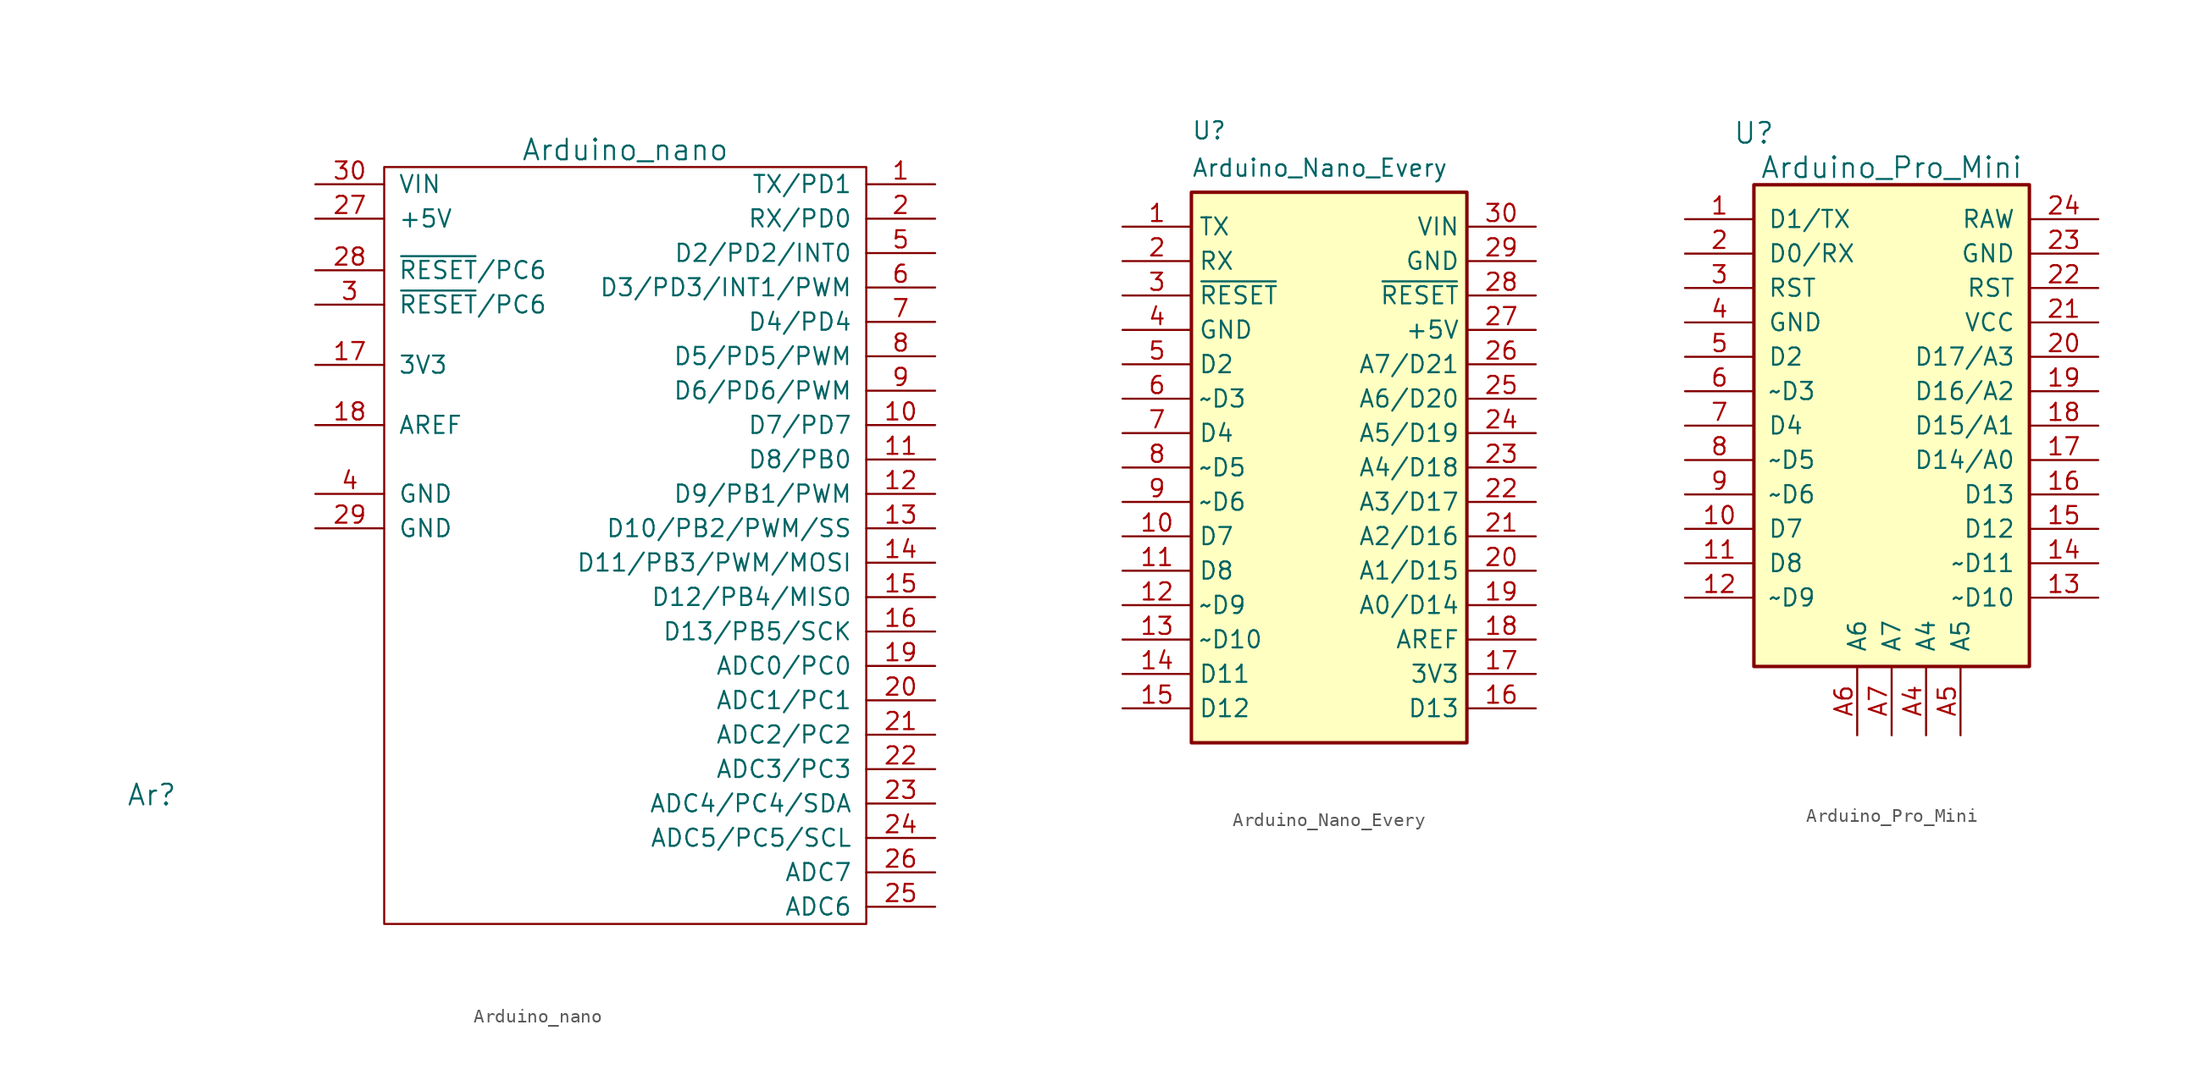
<source format=kicad_sym>
(kicad_symbol_lib
  (version 20231120)
  (generator "kicad_symbol_editor")
  (generator_version "8.0")
  (symbol "Arduino_nano"
    (pin_names
      (offset 1.016))
    (property "Reference" "Ar"
      (at -34.925 -26.035 0)
      (effects (font (size 1.524 1.524))))
    (property "Value" "Arduino_nano"
      (at 0 21.59 0)
      (effects (font (size 1.524 1.524))))
    (property "Footprint" ""
      (at 0 0 0)
      (effects (font (size 1.524 1.524))))
    (property "Datasheet" ""
      (at 0 0 0)
      (effects (font (size 1.524 1.524))))
    (symbol "Arduino_nano_0_1"
      (rectangle (start -17.78 20.32) (end 17.78 -35.56) (stroke (width 0) (type default)) (fill (type none))))
    (symbol "Arduino_nano_1_1"
      (pin tri_state line (at 22.86 19.05 180) (length 5.08) (name "TX/PD1" (effects (font (size 1.27 1.27)))) (number "1" (effects (font (size 1.27 1.27)))))
      (pin input line (at 22.86 1.27 180) (length 5.08) (name "D7/PD7" (effects (font (size 1.27 1.27)))) (number "10" (effects (font (size 1.27 1.27)))))
      (pin input line (at 22.86 -1.27 180) (length 5.08) (name "D8/PB0" (effects (font (size 1.27 1.27)))) (number "11" (effects (font (size 1.27 1.27)))))
      (pin input line (at 22.86 -3.81 180) (length 5.08) (name "D9/PB1/PWM" (effects (font (size 1.27 1.27)))) (number "12" (effects (font (size 1.27 1.27)))))
      (pin input line (at 22.86 -6.35 180) (length 5.08) (name "D10/PB2/PWM/SS" (effects (font (size 1.27 1.27)))) (number "13" (effects (font (size 1.27 1.27)))))
      (pin input line (at 22.86 -8.89 180) (length 5.08) (name "D11/PB3/PWM/MOSI" (effects (font (size 1.27 1.27)))) (number "14" (effects (font (size 1.27 1.27)))))
      (pin input line (at 22.86 -11.43 180) (length 5.08) (name "D12/PB4/MISO" (effects (font (size 1.27 1.27)))) (number "15" (effects (font (size 1.27 1.27)))))
      (pin input line (at 22.86 -13.97 180) (length 5.08) (name "D13/PB5/SCK" (effects (font (size 1.27 1.27)))) (number "16" (effects (font (size 1.27 1.27)))))
      (pin power_out line (at -22.86 5.715 0) (length 5.08) (name "3V3" (effects (font (size 1.27 1.27)))) (number "17" (effects (font (size 1.27 1.27)))))
      (pin input line (at -22.86 1.27 0) (length 5.08) (name "AREF" (effects (font (size 1.27 1.27)))) (number "18" (effects (font (size 1.27 1.27)))))
      (pin tri_state line (at 22.86 -16.51 180) (length 5.08) (name "ADC0/PC0" (effects (font (size 1.27 1.27)))) (number "19" (effects (font (size 1.27 1.27)))))
      (pin tri_state line (at 22.86 16.51 180) (length 5.08) (name "RX/PD0" (effects (font (size 1.27 1.27)))) (number "2" (effects (font (size 1.27 1.27)))))
      (pin input line (at 22.86 -19.05 180) (length 5.08) (name "ADC1/PC1" (effects (font (size 1.27 1.27)))) (number "20" (effects (font (size 1.27 1.27)))))
      (pin input line (at 22.86 -21.59 180) (length 5.08) (name "ADC2/PC2" (effects (font (size 1.27 1.27)))) (number "21" (effects (font (size 1.27 1.27)))))
      (pin input line (at 22.86 -24.13 180) (length 5.08) (name "ADC3/PC3" (effects (font (size 1.27 1.27)))) (number "22" (effects (font (size 1.27 1.27)))))
      (pin input line (at 22.86 -26.67 180) (length 5.08) (name "ADC4/PC4/SDA" (effects (font (size 1.27 1.27)))) (number "23" (effects (font (size 1.27 1.27)))))
      (pin input line (at 22.86 -29.21 180) (length 5.08) (name "ADC5/PC5/SCL" (effects (font (size 1.27 1.27)))) (number "24" (effects (font (size 1.27 1.27)))))
      (pin input line (at 22.86 -34.29 180) (length 5.08) (name "ADC6" (effects (font (size 1.27 1.27)))) (number "25" (effects (font (size 1.27 1.27)))))
      (pin input line (at 22.86 -31.75 180) (length 5.08) (name "ADC7" (effects (font (size 1.27 1.27)))) (number "26" (effects (font (size 1.27 1.27)))))
      (pin input line (at -22.86 16.51 0) (length 5.08) (name "+5V" (effects (font (size 1.27 1.27)))) (number "27" (effects (font (size 1.27 1.27)))))
      (pin input line (at -22.86 12.7 0) (length 5.08) (name "~{RESET}/PC6" (effects (font (size 1.27 1.27)))) (number "28" (effects (font (size 1.27 1.27)))))
      (pin input line (at -22.86 -6.35 0) (length 5.08) (name "GND" (effects (font (size 1.27 1.27)))) (number "29" (effects (font (size 1.27 1.27)))))
      (pin tri_state line (at -22.86 10.16 0) (length 5.08) (name "~{RESET}/PC6" (effects (font (size 1.27 1.27)))) (number "3" (effects (font (size 1.27 1.27)))))
      (pin input line (at -22.86 19.05 0) (length 5.08) (name "VIN" (effects (font (size 1.27 1.27)))) (number "30" (effects (font (size 1.27 1.27)))))
      (pin power_in line (at -22.86 -3.81 0) (length 5.08) (name "GND" (effects (font (size 1.27 1.27)))) (number "4" (effects (font (size 1.27 1.27)))))
      (pin tri_state line (at 22.86 13.97 180) (length 5.08) (name "D2/PD2/INT0" (effects (font (size 1.27 1.27)))) (number "5" (effects (font (size 1.27 1.27)))))
      (pin input line (at 22.86 11.43 180) (length 5.08) (name "D3/PD3/INT1/PWM" (effects (font (size 1.27 1.27)))) (number "6" (effects (font (size 1.27 1.27)))))
      (pin input line (at 22.86 8.89 180) (length 5.08) (name "D4/PD4" (effects (font (size 1.27 1.27)))) (number "7" (effects (font (size 1.27 1.27)))))
      (pin input line (at 22.86 6.35 180) (length 5.08) (name "D5/PD5/PWM" (effects (font (size 1.27 1.27)))) (number "8" (effects (font (size 1.27 1.27)))))
      (pin input line (at 22.86 3.81 180) (length 5.08) (name "D6/PD6/PWM" (effects (font (size 1.27 1.27)))) (number "9" (effects (font (size 1.27 1.27)))))))
  (symbol "Arduino_Nano_Every"
    (property "Reference" "U"
      (at -10.16 26.67 0)
      (effects (font (size 1.27 1.27)) (justify left bottom)))
    (property "Value" "Arduino_Nano_Every"
      (at -10.16 25.4 0)
      (effects (font (size 1.27 1.27)) (justify left top)))
    (symbol "Arduino_Nano_Every_0_1"
      (rectangle (start -10.16 22.86) (end 10.16 -17.78) (stroke (width 0.254) (type default)) (fill (type background))))
    (symbol "Arduino_Nano_Every_1_1"
      (pin bidirectional line (at -15.24 20.32 0) (length 5.08) (name "TX" (effects (font (size 1.27 1.27)))) (number "1" (effects (font (size 1.27 1.27)))))
      (pin bidirectional line (at -15.24 -2.54 0) (length 5.08) (name "D7" (effects (font (size 1.27 1.27)))) (number "10" (effects (font (size 1.27 1.27)))))
      (pin bidirectional line (at -15.24 -5.08 0) (length 5.08) (name "D8" (effects (font (size 1.27 1.27)))) (number "11" (effects (font (size 1.27 1.27)))))
      (pin bidirectional line (at -15.24 -7.62 0) (length 5.08) (name "~D9" (effects (font (size 1.27 1.27)))) (number "12" (effects (font (size 1.27 1.27)))))
      (pin bidirectional line (at -15.24 -10.16 0) (length 5.08) (name "~D10" (effects (font (size 1.27 1.27)))) (number "13" (effects (font (size 1.27 1.27)))))
      (pin bidirectional line (at -15.24 -12.7 0) (length 5.08) (name "D11" (effects (font (size 1.27 1.27)))) (number "14" (effects (font (size 1.27 1.27)))))
      (pin bidirectional line (at -15.24 -15.24 0) (length 5.08) (name "D12" (effects (font (size 1.27 1.27)))) (number "15" (effects (font (size 1.27 1.27)))))
      (pin bidirectional line (at 15.24 -15.24 180) (length 5.08) (name "D13" (effects (font (size 1.27 1.27)))) (number "16" (effects (font (size 1.27 1.27)))))
      (pin power_out line (at 15.24 -12.7 180) (length 5.08) (name "3V3" (effects (font (size 1.27 1.27)))) (number "17" (effects (font (size 1.27 1.27)))))
      (pin input line (at 15.24 -10.16 180) (length 5.08) (name "AREF" (effects (font (size 1.27 1.27)))) (number "18" (effects (font (size 1.27 1.27)))))
      (pin bidirectional line (at 15.24 -7.62 180) (length 5.08) (name "A0/D14" (effects (font (size 1.27 1.27)))) (number "19" (effects (font (size 1.27 1.27)))))
      (pin bidirectional line (at -15.24 17.78 0) (length 5.08) (name "RX" (effects (font (size 1.27 1.27)))) (number "2" (effects (font (size 1.27 1.27)))))
      (pin bidirectional line (at 15.24 -5.08 180) (length 5.08) (name "A1/D15" (effects (font (size 1.27 1.27)))) (number "20" (effects (font (size 1.27 1.27)))))
      (pin bidirectional line (at 15.24 -2.54 180) (length 5.08) (name "A2/D16" (effects (font (size 1.27 1.27)))) (number "21" (effects (font (size 1.27 1.27)))))
      (pin bidirectional line (at 15.24 0 180) (length 5.08) (name "A3/D17" (effects (font (size 1.27 1.27)))) (number "22" (effects (font (size 1.27 1.27)))))
      (pin bidirectional line (at 15.24 2.54 180) (length 5.08) (name "A4/D18" (effects (font (size 1.27 1.27)))) (number "23" (effects (font (size 1.27 1.27)))))
      (pin bidirectional line (at 15.24 5.08 180) (length 5.08) (name "A5/D19" (effects (font (size 1.27 1.27)))) (number "24" (effects (font (size 1.27 1.27)))))
      (pin bidirectional line (at 15.24 7.62 180) (length 5.08) (name "A6/D20" (effects (font (size 1.27 1.27)))) (number "25" (effects (font (size 1.27 1.27)))))
      (pin bidirectional line (at 15.24 10.16 180) (length 5.08) (name "A7/D21" (effects (font (size 1.27 1.27)))) (number "26" (effects (font (size 1.27 1.27)))))
      (pin power_out line (at 15.24 12.7 180) (length 5.08) (name "+5V" (effects (font (size 1.27 1.27)))) (number "27" (effects (font (size 1.27 1.27)))))
      (pin input line (at 15.24 15.24 180) (length 5.08) (name "~{RESET}" (effects (font (size 1.27 1.27)))) (number "28" (effects (font (size 1.27 1.27)))))
      (pin power_in line (at 15.24 17.78 180) (length 5.08) (name "GND" (effects (font (size 1.27 1.27)))) (number "29" (effects (font (size 1.27 1.27)))))
      (pin input line (at -15.24 15.24 0) (length 5.08) (name "~{RESET}" (effects (font (size 1.27 1.27)))) (number "3" (effects (font (size 1.27 1.27)))))
      (pin power_in line (at 15.24 20.32 180) (length 5.08) (name "VIN" (effects (font (size 1.27 1.27)))) (number "30" (effects (font (size 1.27 1.27)))))
      (pin power_in line (at -15.24 12.7 0) (length 5.08) (name "GND" (effects (font (size 1.27 1.27)))) (number "4" (effects (font (size 1.27 1.27)))))
      (pin bidirectional line (at -15.24 10.16 0) (length 5.08) (name "D2" (effects (font (size 1.27 1.27)))) (number "5" (effects (font (size 1.27 1.27)))))
      (pin bidirectional line (at -15.24 7.62 0) (length 5.08) (name "~D3" (effects (font (size 1.27 1.27)))) (number "6" (effects (font (size 1.27 1.27)))))
      (pin bidirectional line (at -15.24 5.08 0) (length 5.08) (name "D4" (effects (font (size 1.27 1.27)))) (number "7" (effects (font (size 1.27 1.27)))))
      (pin bidirectional line (at -15.24 2.54 0) (length 5.08) (name "~D5" (effects (font (size 1.27 1.27)))) (number "8" (effects (font (size 1.27 1.27)))))
      (pin bidirectional line (at -15.24 0 0) (length 5.08) (name "~D6" (effects (font (size 1.27 1.27)))) (number "9" (effects (font (size 1.27 1.27)))))))
  (symbol "Arduino_Pro_Mini"
    (pin_names
      (offset 1.016))
    (property "Reference" "U"
      (at -10.16 21.59 0)
      (effects (font (size 1.524 1.524))))
    (property "Value" "Arduino_Pro_Mini"
      (at 0 19.05 0)
      (effects (font (size 1.524 1.524))))
    (symbol "Arduino_Pro_Mini_0_1"
      (rectangle (start -10.16 17.78) (end 10.16 -17.78) (stroke (width 0.254) (type default)) (fill (type background))))
    (symbol "Arduino_Pro_Mini_1_1"
      (pin bidirectional line (at -15.24 15.24 0) (length 5.08) (name "D1/TX" (effects (font (size 1.27 1.27)))) (number "1" (effects (font (size 1.27 1.27)))))
      (pin bidirectional line (at -15.24 -7.62 0) (length 5.08) (name "D7" (effects (font (size 1.27 1.27)))) (number "10" (effects (font (size 1.27 1.27)))))
      (pin bidirectional line (at -15.24 -10.16 0) (length 5.08) (name "D8" (effects (font (size 1.27 1.27)))) (number "11" (effects (font (size 1.27 1.27)))))
      (pin bidirectional line (at -15.24 -12.7 0) (length 5.08) (name "~D9" (effects (font (size 1.27 1.27)))) (number "12" (effects (font (size 1.27 1.27)))))
      (pin bidirectional line (at 15.24 -12.7 180) (length 5.08) (name "~D10" (effects (font (size 1.27 1.27)))) (number "13" (effects (font (size 1.27 1.27)))))
      (pin bidirectional line (at 15.24 -10.16 180) (length 5.08) (name "~D11" (effects (font (size 1.27 1.27)))) (number "14" (effects (font (size 1.27 1.27)))))
      (pin bidirectional line (at 15.24 -7.62 180) (length 5.08) (name "D12" (effects (font (size 1.27 1.27)))) (number "15" (effects (font (size 1.27 1.27)))))
      (pin bidirectional line (at 15.24 -5.08 180) (length 5.08) (name "D13" (effects (font (size 1.27 1.27)))) (number "16" (effects (font (size 1.27 1.27)))))
      (pin bidirectional line (at 15.24 -2.54 180) (length 5.08) (name "D14/A0" (effects (font (size 1.27 1.27)))) (number "17" (effects (font (size 1.27 1.27)))))
      (pin bidirectional line (at 15.24 0 180) (length 5.08) (name "D15/A1" (effects (font (size 1.27 1.27)))) (number "18" (effects (font (size 1.27 1.27)))))
      (pin bidirectional line (at 15.24 2.54 180) (length 5.08) (name "D16/A2" (effects (font (size 1.27 1.27)))) (number "19" (effects (font (size 1.27 1.27)))))
      (pin bidirectional line (at -15.24 12.7 0) (length 5.08) (name "D0/RX" (effects (font (size 1.27 1.27)))) (number "2" (effects (font (size 1.27 1.27)))))
      (pin bidirectional line (at 15.24 5.08 180) (length 5.08) (name "D17/A3" (effects (font (size 1.27 1.27)))) (number "20" (effects (font (size 1.27 1.27)))))
      (pin power_in line (at 15.24 7.62 180) (length 5.08) (name "VCC" (effects (font (size 1.27 1.27)))) (number "21" (effects (font (size 1.27 1.27)))))
      (pin input line (at 15.24 10.16 180) (length 5.08) (name "RST" (effects (font (size 1.27 1.27)))) (number "22" (effects (font (size 1.27 1.27)))))
      (pin power_in line (at 15.24 12.7 180) (length 5.08) (name "GND" (effects (font (size 1.27 1.27)))) (number "23" (effects (font (size 1.27 1.27)))))
      (pin power_out line (at 15.24 15.24 180) (length 5.08) (name "RAW" (effects (font (size 1.27 1.27)))) (number "24" (effects (font (size 1.27 1.27)))))
      (pin input line (at -15.24 10.16 0) (length 5.08) (name "RST" (effects (font (size 1.27 1.27)))) (number "3" (effects (font (size 1.27 1.27)))))
      (pin power_in line (at -15.24 7.62 0) (length 5.08) (name "GND" (effects (font (size 1.27 1.27)))) (number "4" (effects (font (size 1.27 1.27)))))
      (pin bidirectional line (at -15.24 5.08 0) (length 5.08) (name "D2" (effects (font (size 1.27 1.27)))) (number "5" (effects (font (size 1.27 1.27)))))
      (pin bidirectional line (at -15.24 2.54 0) (length 5.08) (name "~D3" (effects (font (size 1.27 1.27)))) (number "6" (effects (font (size 1.27 1.27)))))
      (pin bidirectional line (at -15.24 0 0) (length 5.08) (name "D4" (effects (font (size 1.27 1.27)))) (number "7" (effects (font (size 1.27 1.27)))))
      (pin bidirectional line (at -15.24 -2.54 0) (length 5.08) (name "~D5" (effects (font (size 1.27 1.27)))) (number "8" (effects (font (size 1.27 1.27)))))
      (pin bidirectional line (at -15.24 -5.08 0) (length 5.08) (name "~D6" (effects (font (size 1.27 1.27)))) (number "9" (effects (font (size 1.27 1.27)))))
      (pin bidirectional line (at 2.54 -22.86 90) (length 5.08) (name "A4" (effects (font (size 1.27 1.27)))) (number "A4" (effects (font (size 1.27 1.27)))))
      (pin bidirectional line (at 5.08 -22.86 90) (length 5.08) (name "A5" (effects (font (size 1.27 1.27)))) (number "A5" (effects (font (size 1.27 1.27)))))
      (pin bidirectional line (at -2.54 -22.86 90) (length 5.08) (name "A6" (effects (font (size 1.27 1.27)))) (number "A6" (effects (font (size 1.27 1.27)))))
      (pin bidirectional line (at 0 -22.86 90) (length 5.08) (name "A7" (effects (font (size 1.27 1.27)))) (number "A7" (effects (font (size 1.27 1.27))))))))
</source>
